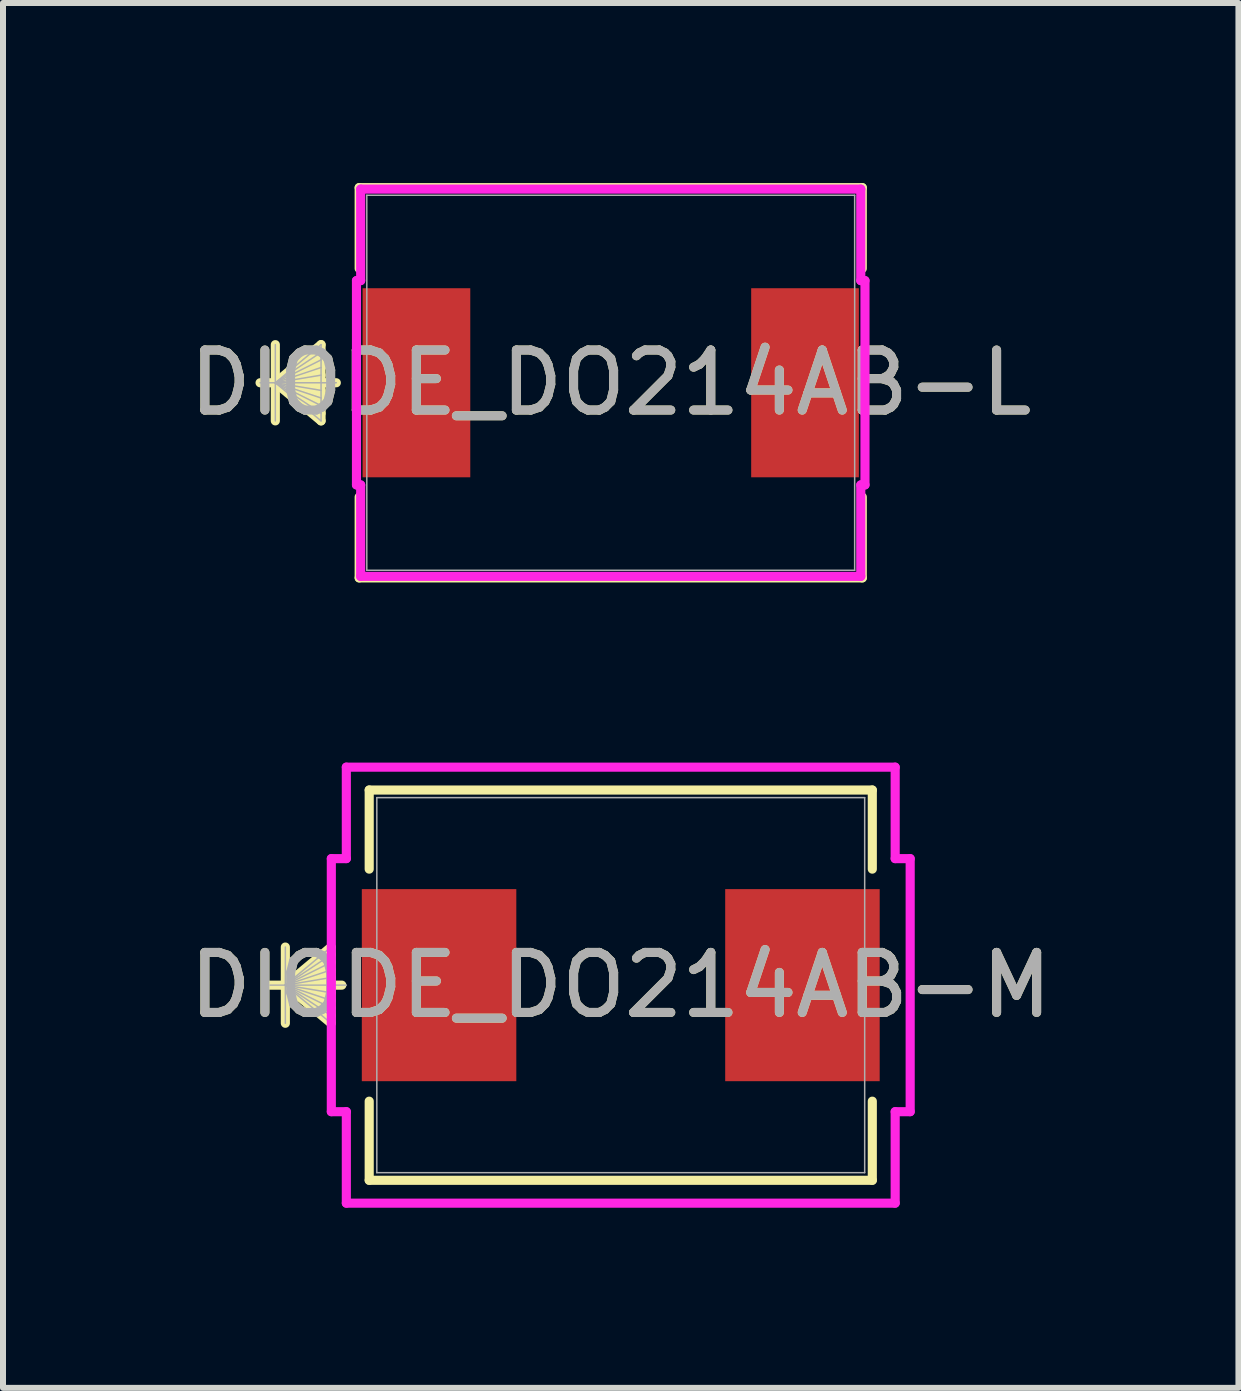
<source format=kicad_pcb>
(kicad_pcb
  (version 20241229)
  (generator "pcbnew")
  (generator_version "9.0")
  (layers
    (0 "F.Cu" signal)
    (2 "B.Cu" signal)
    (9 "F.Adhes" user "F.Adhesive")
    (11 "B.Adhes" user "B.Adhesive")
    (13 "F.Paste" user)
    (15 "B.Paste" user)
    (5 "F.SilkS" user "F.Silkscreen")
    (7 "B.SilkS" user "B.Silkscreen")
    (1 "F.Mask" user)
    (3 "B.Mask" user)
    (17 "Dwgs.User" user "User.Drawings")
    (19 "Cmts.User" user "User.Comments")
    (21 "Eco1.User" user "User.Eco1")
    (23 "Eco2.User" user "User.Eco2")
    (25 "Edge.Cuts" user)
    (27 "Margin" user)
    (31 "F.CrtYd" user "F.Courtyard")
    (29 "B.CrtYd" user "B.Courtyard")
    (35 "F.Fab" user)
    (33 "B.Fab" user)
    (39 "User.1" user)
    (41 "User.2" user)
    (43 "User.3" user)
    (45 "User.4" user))
  (footprint "DIODE_DO214AB-M"
    (layer "F.Cu")
    (at 7.292 13.363)
    (property "Reference" "DIODE_DO214AB-M" (at 0 0 0) (unlocked yes) (layer "F.SilkS") (effects (font (size 1 1) (thickness 0.15))))
    (attr smd)
    (fp_line (start -5.588 -0.635) (end -5.588 0.635) (stroke (width 0.152) (type solid)) (layer "F.SilkS"))
    (fp_line (start -5.588 0) (end -4.826 -0.635) (stroke (width 0.152) (type solid)) (layer "F.SilkS"))
    (fp_line (start -5.588 0) (end -4.826 -0.508) (stroke (width 0.152) (type solid)) (layer "F.SilkS"))
    (fp_line (start -5.588 0) (end -4.826 -0.381) (stroke (width 0.152) (type solid)) (layer "F.SilkS"))
    (fp_line (start -5.588 0) (end -4.826 -0.254) (stroke (width 0.152) (type solid)) (layer "F.SilkS"))
    (fp_line (start -5.588 0) (end -4.826 -0.127) (stroke (width 0.152) (type solid)) (layer "F.SilkS"))
    (fp_line (start -5.588 0) (end -4.826 0.127) (stroke (width 0.152) (type solid)) (layer "F.SilkS"))
    (fp_line (start -5.588 0) (end -4.826 0.254) (stroke (width 0.152) (type solid)) (layer "F.SilkS"))
    (fp_line (start -5.588 0) (end -4.826 0.381) (stroke (width 0.152) (type solid)) (layer "F.SilkS"))
    (fp_line (start -5.588 0) (end -4.826 0.508) (stroke (width 0.152) (type solid)) (layer "F.SilkS"))
    (fp_line (start -5.588 0) (end -4.826 0.635) (stroke (width 0.152) (type solid)) (layer "F.SilkS"))
    (fp_line (start -4.826 -0.635) (end -4.826 0.635) (stroke (width 0.152) (type solid)) (layer "F.SilkS"))
    (fp_line (start -4.647 0) (end -5.842 0) (stroke (width 0.152) (type solid)) (layer "F.SilkS"))
    (fp_line (start -4.191 -3.251) (end -4.191 -1.933) (stroke (width 0.152) (type solid)) (layer "F.SilkS"))
    (fp_line (start -4.191 1.933) (end -4.191 3.251) (stroke (width 0.152) (type solid)) (layer "F.SilkS"))
    (fp_line (start -4.191 3.251) (end 4.191 3.251) (stroke (width 0.152) (type solid)) (layer "F.SilkS"))
    (fp_line (start 4.191 -3.251) (end -4.191 -3.251) (stroke (width 0.152) (type solid)) (layer "F.SilkS"))
    (fp_line (start 4.191 -1.933) (end 4.191 -3.251) (stroke (width 0.152) (type solid)) (layer "F.SilkS"))
    (fp_line (start 4.191 3.251) (end 4.191 1.933) (stroke (width 0.152) (type solid)) (layer "F.SilkS"))
    (fp_line (start -4.822 -2.108) (end -4.572 -2.108) (stroke (width 0.152) (type solid)) (layer "F.CrtYd"))
    (fp_line (start -4.822 2.108) (end -4.822 -2.108) (stroke (width 0.152) (type solid)) (layer "F.CrtYd"))
    (fp_line (start -4.572 -3.632) (end 4.572 -3.632) (stroke (width 0.152) (type solid)) (layer "F.CrtYd"))
    (fp_line (start -4.572 -2.108) (end -4.572 -3.632) (stroke (width 0.152) (type solid)) (layer "F.CrtYd"))
    (fp_line (start -4.572 2.108) (end -4.822 2.108) (stroke (width 0.152) (type solid)) (layer "F.CrtYd"))
    (fp_line (start -4.572 3.632) (end -4.572 2.108) (stroke (width 0.152) (type solid)) (layer "F.CrtYd"))
    (fp_line (start 4.572 -3.632) (end 4.572 -2.108) (stroke (width 0.152) (type solid)) (layer "F.CrtYd"))
    (fp_line (start 4.572 -2.108) (end 4.822 -2.108) (stroke (width 0.152) (type solid)) (layer "F.CrtYd"))
    (fp_line (start 4.572 2.108) (end 4.572 3.632) (stroke (width 0.152) (type solid)) (layer "F.CrtYd"))
    (fp_line (start 4.572 3.632) (end -4.572 3.632) (stroke (width 0.152) (type solid)) (layer "F.CrtYd"))
    (fp_line (start 4.822 -2.108) (end 4.822 2.108) (stroke (width 0.152) (type solid)) (layer "F.CrtYd"))
    (fp_line (start 4.822 2.108) (end 4.572 2.108) (stroke (width 0.152) (type solid)) (layer "F.CrtYd"))
    (fp_line (start -5.588 -0.635) (end -5.588 0.635) (stroke (width 0.025) (type solid)) (layer "F.Fab"))
    (fp_line (start -5.588 0) (end -4.826 -0.635) (stroke (width 0.025) (type solid)) (layer "F.Fab"))
    (fp_line (start -5.588 0) (end -4.826 -0.508) (stroke (width 0.025) (type solid)) (layer "F.Fab"))
    (fp_line (start -5.588 0) (end -4.826 -0.381) (stroke (width 0.025) (type solid)) (layer "F.Fab"))
    (fp_line (start -5.588 0) (end -4.826 -0.254) (stroke (width 0.025) (type solid)) (layer "F.Fab"))
    (fp_line (start -5.588 0) (end -4.826 -0.127) (stroke (width 0.025) (type solid)) (layer "F.Fab"))
    (fp_line (start -5.588 0) (end -4.826 0.127) (stroke (width 0.025) (type solid)) (layer "F.Fab"))
    (fp_line (start -5.588 0) (end -4.826 0.254) (stroke (width 0.025) (type solid)) (layer "F.Fab"))
    (fp_line (start -5.588 0) (end -4.826 0.381) (stroke (width 0.025) (type solid)) (layer "F.Fab"))
    (fp_line (start -5.588 0) (end -4.826 0.508) (stroke (width 0.025) (type solid)) (layer "F.Fab"))
    (fp_line (start -5.588 0) (end -4.826 0.635) (stroke (width 0.025) (type solid)) (layer "F.Fab"))
    (fp_line (start -4.826 -0.635) (end -4.826 0.635) (stroke (width 0.025) (type solid)) (layer "F.Fab"))
    (fp_line (start -4.572 0) (end -5.842 0) (stroke (width 0.025) (type solid)) (layer "F.Fab"))
    (fp_line (start -4.064 -3.124) (end -4.064 3.124) (stroke (width 0.025) (type solid)) (layer "F.Fab"))
    (fp_line (start -4.064 3.124) (end 4.064 3.124) (stroke (width 0.025) (type solid)) (layer "F.Fab"))
    (fp_line (start 4.064 -3.124) (end -4.064 -3.124) (stroke (width 0.025) (type solid)) (layer "F.Fab"))
    (fp_line (start 4.064 3.124) (end 4.064 -3.124) (stroke (width 0.025) (type solid)) (layer "F.Fab"))
    (fp_text user "${REFERENCE}" (at 0 0 0) (unlocked yes) (layer "F.Fab") (effects (font (size 1 1) (thickness 0.15))))
    (pad "1" smd rect (at -3.027 0 90) (size 3.2 2.574) (layers "F.Cu" "F.Mask" "F.Paste"))
    (pad "2" smd rect (at 3.027 0 90) (size 3.2 2.574) (layers "F.Cu" "F.Mask" "F.Paste"))
    (zone (net_name "") (layer "F.Cu") (hatch full 0.508) (connect_pads) (min_thickness 0.254) (filled_areas_thickness no) (keepout (tracks not_allowed) (vias not_allowed) (pads allowed) (copperpour not_allowed) (footprints allowed)) (placement (enabled no)) (fill) (polygon (pts (xy 3.278 10.29) (xy 11.305 10.29) (xy 11.305 11.712) (xy 3.278 11.712))))
    (zone (net_name "") (layer "F.Cu") (hatch full 0.508) (connect_pads) (min_thickness 0.254) (filled_areas_thickness no) (keepout (tracks not_allowed) (vias not_allowed) (pads allowed) (copperpour not_allowed) (footprints allowed)) (placement (enabled no)) (fill) (polygon (pts (xy 3.278 15.014) (xy 11.305 15.014) (xy 11.305 16.437) (xy 3.278 16.437))))
    (zone (net_name "") (layer "F.Cu") (hatch full 0.508) (connect_pads) (min_thickness 0.254) (filled_areas_thickness no) (keepout (tracks not_allowed) (vias not_allowed) (pads allowed) (copperpour not_allowed) (footprints allowed)) (placement (enabled no)) (fill) (polygon (pts (xy 5.602 11.712) (xy 8.981 11.712) (xy 8.981 15.014) (xy 5.602 15.014)))))
  (footprint "DIODE_DO214AB-L"
    (layer "F.Cu")
    (at 7.125 3.327)
    (property "Reference" "DIODE_DO214AB-L" (at 0 0 0) (unlocked yes) (layer "F.SilkS") (effects (font (size 1 1) (thickness 0.15))))
    (attr smd)
    (fp_line (start -5.588 -0.635) (end -5.588 0.635) (stroke (width 0.152) (type solid)) (layer "F.SilkS"))
    (fp_line (start -5.588 0) (end -4.826 -0.635) (stroke (width 0.152) (type solid)) (layer "F.SilkS"))
    (fp_line (start -5.588 0) (end -4.826 -0.508) (stroke (width 0.152) (type solid)) (layer "F.SilkS"))
    (fp_line (start -5.588 0) (end -4.826 -0.381) (stroke (width 0.152) (type solid)) (layer "F.SilkS"))
    (fp_line (start -5.588 0) (end -4.826 -0.254) (stroke (width 0.152) (type solid)) (layer "F.SilkS"))
    (fp_line (start -5.588 0) (end -4.826 -0.127) (stroke (width 0.152) (type solid)) (layer "F.SilkS"))
    (fp_line (start -5.588 0) (end -4.826 0.127) (stroke (width 0.152) (type solid)) (layer "F.SilkS"))
    (fp_line (start -5.588 0) (end -4.826 0.254) (stroke (width 0.152) (type solid)) (layer "F.SilkS"))
    (fp_line (start -5.588 0) (end -4.826 0.381) (stroke (width 0.152) (type solid)) (layer "F.SilkS"))
    (fp_line (start -5.588 0) (end -4.826 0.508) (stroke (width 0.152) (type solid)) (layer "F.SilkS"))
    (fp_line (start -5.588 0) (end -4.826 0.635) (stroke (width 0.152) (type solid)) (layer "F.SilkS"))
    (fp_line (start -4.826 -0.635) (end -4.826 0.635) (stroke (width 0.152) (type solid)) (layer "F.SilkS"))
    (fp_line (start -4.572 0) (end -5.842 0) (stroke (width 0.152) (type solid)) (layer "F.SilkS"))
    (fp_line (start -4.191 -3.251) (end -4.191 -1.903) (stroke (width 0.152) (type solid)) (layer "F.SilkS"))
    (fp_line (start -4.191 1.903) (end -4.191 3.251) (stroke (width 0.152) (type solid)) (layer "F.SilkS"))
    (fp_line (start -4.191 3.251) (end 4.191 3.251) (stroke (width 0.152) (type solid)) (layer "F.SilkS"))
    (fp_line (start 4.191 -3.251) (end -4.191 -3.251) (stroke (width 0.152) (type solid)) (layer "F.SilkS"))
    (fp_line (start 4.191 -1.903) (end 4.191 -3.251) (stroke (width 0.152) (type solid)) (layer "F.SilkS"))
    (fp_line (start 4.191 3.251) (end 4.191 1.903) (stroke (width 0.152) (type solid)) (layer "F.SilkS"))
    (fp_line (start -4.236 -1.702) (end -4.166 -1.702) (stroke (width 0.152) (type solid)) (layer "F.CrtYd"))
    (fp_line (start -4.236 1.702) (end -4.236 -1.702) (stroke (width 0.152) (type solid)) (layer "F.CrtYd"))
    (fp_line (start -4.166 -3.226) (end 4.166 -3.226) (stroke (width 0.152) (type solid)) (layer "F.CrtYd"))
    (fp_line (start -4.166 -1.702) (end -4.166 -3.226) (stroke (width 0.152) (type solid)) (layer "F.CrtYd"))
    (fp_line (start -4.166 1.702) (end -4.236 1.702) (stroke (width 0.152) (type solid)) (layer "F.CrtYd"))
    (fp_line (start -4.166 3.226) (end -4.166 1.702) (stroke (width 0.152) (type solid)) (layer "F.CrtYd"))
    (fp_line (start 4.166 -3.226) (end 4.166 -1.702) (stroke (width 0.152) (type solid)) (layer "F.CrtYd"))
    (fp_line (start 4.166 -1.702) (end 4.236 -1.702) (stroke (width 0.152) (type solid)) (layer "F.CrtYd"))
    (fp_line (start 4.166 1.702) (end 4.166 3.226) (stroke (width 0.152) (type solid)) (layer "F.CrtYd"))
    (fp_line (start 4.166 3.226) (end -4.166 3.226) (stroke (width 0.152) (type solid)) (layer "F.CrtYd"))
    (fp_line (start 4.236 -1.702) (end 4.236 1.702) (stroke (width 0.152) (type solid)) (layer "F.CrtYd"))
    (fp_line (start 4.236 1.702) (end 4.166 1.702) (stroke (width 0.152) (type solid)) (layer "F.CrtYd"))
    (fp_line (start -5.588 -0.635) (end -5.588 0.635) (stroke (width 0.025) (type solid)) (layer "F.Fab"))
    (fp_line (start -5.588 0) (end -4.826 -0.635) (stroke (width 0.025) (type solid)) (layer "F.Fab"))
    (fp_line (start -5.588 0) (end -4.826 -0.508) (stroke (width 0.025) (type solid)) (layer "F.Fab"))
    (fp_line (start -5.588 0) (end -4.826 -0.381) (stroke (width 0.025) (type solid)) (layer "F.Fab"))
    (fp_line (start -5.588 0) (end -4.826 -0.254) (stroke (width 0.025) (type solid)) (layer "F.Fab"))
    (fp_line (start -5.588 0) (end -4.826 -0.127) (stroke (width 0.025) (type solid)) (layer "F.Fab"))
    (fp_line (start -5.588 0) (end -4.826 0.127) (stroke (width 0.025) (type solid)) (layer "F.Fab"))
    (fp_line (start -5.588 0) (end -4.826 0.254) (stroke (width 0.025) (type solid)) (layer "F.Fab"))
    (fp_line (start -5.588 0) (end -4.826 0.381) (stroke (width 0.025) (type solid)) (layer "F.Fab"))
    (fp_line (start -5.588 0) (end -4.826 0.508) (stroke (width 0.025) (type solid)) (layer "F.Fab"))
    (fp_line (start -5.588 0) (end -4.826 0.635) (stroke (width 0.025) (type solid)) (layer "F.Fab"))
    (fp_line (start -4.826 -0.635) (end -4.826 0.635) (stroke (width 0.025) (type solid)) (layer "F.Fab"))
    (fp_line (start -4.572 0) (end -5.842 0) (stroke (width 0.025) (type solid)) (layer "F.Fab"))
    (fp_line (start -4.064 -3.124) (end -4.064 3.124) (stroke (width 0.025) (type solid)) (layer "F.Fab"))
    (fp_line (start -4.064 3.124) (end 4.064 3.124) (stroke (width 0.025) (type solid)) (layer "F.Fab"))
    (fp_line (start 4.064 -3.124) (end -4.064 -3.124) (stroke (width 0.025) (type solid)) (layer "F.Fab"))
    (fp_line (start 4.064 3.124) (end 4.064 -3.124) (stroke (width 0.025) (type solid)) (layer "F.Fab"))
    (fp_text user "${REFERENCE}" (at 0 0 0) (unlocked yes) (layer "F.Fab") (effects (font (size 1 1) (thickness 0.15))))
    (pad "1" smd rect (at -3.237 0 90) (size 3.15 1.794) (layers "F.Cu" "F.Mask" "F.Paste"))
    (pad "2" smd rect (at 3.237 0 90) (size 3.15 1.794) (layers "F.Cu" "F.Mask" "F.Paste"))
    (zone (net_name "") (layer "F.Cu") (hatch full 0.508) (connect_pads) (min_thickness 0.254) (filled_areas_thickness no) (keepout (tracks not_allowed) (vias not_allowed) (pads allowed) (copperpour not_allowed) (footprints allowed)) (placement (enabled no)) (fill) (polygon (pts (xy 3.112 0.254) (xy 11.138 0.254) (xy 11.138 1.676) (xy 3.112 1.676))))
    (zone (net_name "") (layer "F.Cu") (hatch full 0.508) (connect_pads) (min_thickness 0.254) (filled_areas_thickness no) (keepout (tracks not_allowed) (vias not_allowed) (pads allowed) (copperpour not_allowed) (footprints allowed)) (placement (enabled no)) (fill) (polygon (pts (xy 3.112 4.978) (xy 11.138 4.978) (xy 11.138 6.401) (xy 3.112 6.401))))
    (zone (net_name "") (layer "F.Cu") (hatch full 0.508) (connect_pads) (min_thickness 0.254) (filled_areas_thickness no) (keepout (tracks not_allowed) (vias not_allowed) (pads allowed) (copperpour not_allowed) (footprints allowed)) (placement (enabled no)) (fill) (polygon (pts (xy 4.836 1.676) (xy 9.414 1.676) (xy 9.414 4.978) (xy 4.836 4.978)))))
  (gr_rect
    (start -3 -3)
    (end 17.583 20.072)
    (stroke (width 0.1) (type default))
    (fill no)
    (layer "Edge.Cuts")))
</source>
